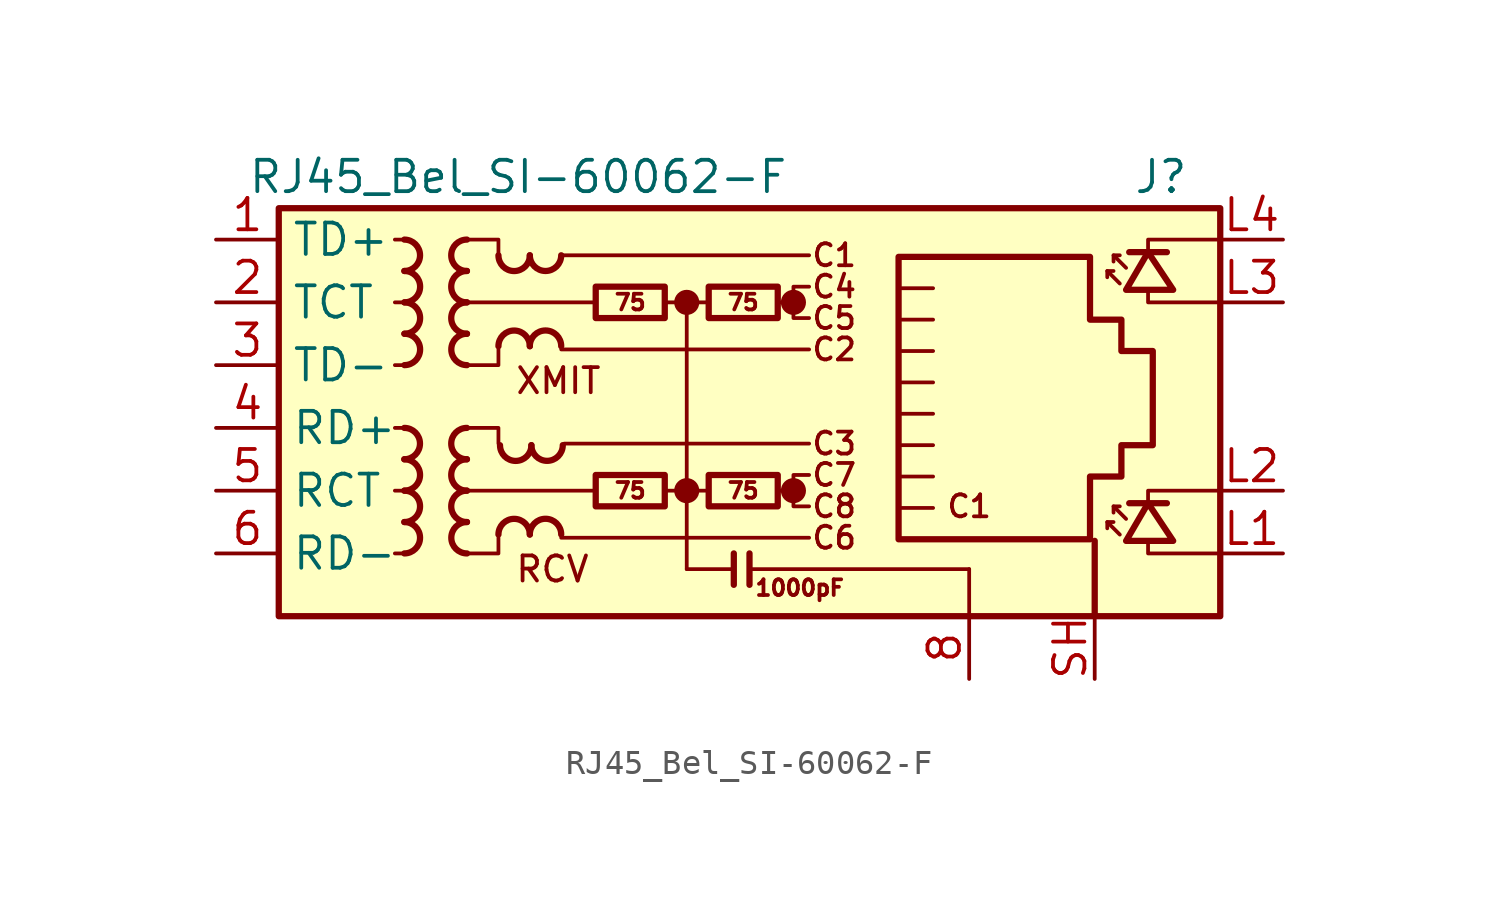
<source format=kicad_sym>
(kicad_symbol_lib
  (version 20220914)
  (generator kicad_symbol_editor)
  (symbol "RJ45_Bel_SI-60062-F"
    (property "Reference" "J"
      (at 19.05 10.16 0)
      (effects (font (size 1.27 1.27)) (justify right)))
    (property "Value" "RJ45_Bel_SI-60062-F"
      (at -19.05 10.16 0)
      (effects (font (size 1.27 1.27)) (justify left)))
    (symbol "RJ45_Bel_SI-60062-F_0_0"
      (circle (center -1.27 -2.54) (radius 0.0001) (stroke (width 0.508) (type default)) (fill (type none)))
      (circle (center -1.27 5.08) (radius 0.0001) (stroke (width 0.508) (type default)) (fill (type none)))
      (polyline (pts (xy -1.27 5.08) (xy -1.27 -5.715)) (stroke (width 0) (type default)) (fill (type none)))
      (polyline (pts (xy 0.635 -5.08) (xy 0.635 -6.35)) (stroke (width 0.254) (type default)) (fill (type none)))
      (polyline (pts (xy 1.27 -5.08) (xy 1.27 -6.35)) (stroke (width 0.254) (type default)) (fill (type none)))
      (polyline (pts (xy 3.048 -2.54) (xy 2.54 -2.54)) (stroke (width 0) (type default)) (fill (type none)))
      (polyline (pts (xy 3.048 5.08) (xy 2.54 5.08)) (stroke (width 0) (type default)) (fill (type none)))
      (polyline (pts (xy 17.399 -3.175) (xy 17.399 -2.54) (xy 20.32 -2.54)) (stroke (width 0) (type default)) (fill (type none)))
      (polyline (pts (xy 17.399 6.985) (xy 17.399 7.62) (xy 20.32 7.62)) (stroke (width 0) (type default)) (fill (type none)))
      (polyline (pts (xy 20.32 -5.08) (xy 17.399 -5.08) (xy 17.399 -4.572)) (stroke (width 0) (type default)) (fill (type none)))
      (polyline (pts (xy 20.32 5.08) (xy 17.399 5.08) (xy 17.399 5.588)) (stroke (width 0) (type default)) (fill (type none)))
      (polyline (pts (xy 3.683 -1.905) (xy 3.048 -1.905) (xy 3.048 -3.175) (xy 3.683 -3.175)) (stroke (width 0) (type default)) (fill (type none)))
      (polyline (pts (xy 3.683 5.715) (xy 3.048 5.715) (xy 3.048 4.445) (xy 3.683 4.445)) (stroke (width 0) (type default)) (fill (type none)))
      (circle (center 3.048 -2.54) (radius 0.0001) (stroke (width 0.508) (type default)) (fill (type none)))
      (circle (center 3.048 5.08) (radius 0.0001) (stroke (width 0.508) (type default)) (fill (type none)))
      (text "C1" (at 4.699 6.985 0) (effects (font (size 0.889 0.889))))
      (text "C1" (at 10.16 -3.175 0) (effects (font (size 0.889 0.889))))
      (text "C2" (at 4.699 3.175 0) (effects (font (size 0.889 0.889))))
      (text "C3" (at 4.699 -0.635 0) (effects (font (size 0.889 0.889))))
      (text "C4" (at 4.699 5.715 0) (effects (font (size 0.889 0.889))))
      (text "C5" (at 4.699 4.445 0) (effects (font (size 0.889 0.889))))
      (text "C6" (at 4.699 -4.445 0) (effects (font (size 0.889 0.889))))
      (text "C7" (at 4.699 -1.905 0) (effects (font (size 0.889 0.889))))
      (text "C8" (at 4.699 -3.175 0) (effects (font (size 0.889 0.889))))
      (text "RCV" (at -8.255 -5.715 0) (effects (font (size 1.016 1.016)) (justify left)))
      (text "XMIT" (at -8.255 1.905 0) (effects (font (size 1.016 1.016)) (justify left))))
    (symbol "RJ45_Bel_SI-60062-F_0_1"
      (rectangle (start -17.78 8.89) (end 20.32 -7.62) (stroke (width 0.254) (type default)) (fill (type background)))
      (polyline (pts (xy -12.7 -5.08) (xy -13.081 -5.08)) (stroke (width 0) (type default)) (fill (type none)))
      (polyline (pts (xy -12.7 -2.54) (xy -13.081 -2.54)) (stroke (width 0) (type default)) (fill (type none)))
      (polyline (pts (xy -12.7 0) (xy -13.081 0)) (stroke (width 0) (type default)) (fill (type none)))
      (polyline (pts (xy -12.7 2.54) (xy -13.081 2.54)) (stroke (width 0) (type default)) (fill (type none)))
      (polyline (pts (xy -12.7 5.08) (xy -13.081 5.08)) (stroke (width 0) (type default)) (fill (type none)))
      (polyline (pts (xy -12.7 7.62) (xy -13.081 7.62)) (stroke (width 0) (type default)) (fill (type none)))
      (polyline (pts (xy -6.35 -4.445) (xy 3.683 -4.445)) (stroke (width 0) (type default)) (fill (type none)))
      (polyline (pts (xy -6.35 3.175) (xy 3.683 3.175)) (stroke (width 0) (type default)) (fill (type none)))
      (polyline (pts (xy -6.35 6.985) (xy 3.683 6.985)) (stroke (width 0) (type default)) (fill (type none)))
      (polyline (pts (xy -6.223 -0.635) (xy 3.683 -0.635)) (stroke (width 0) (type default)) (fill (type none)))
      (polyline (pts (xy -5.08 -2.54) (xy -10.16 -2.54)) (stroke (width 0) (type default)) (fill (type none)))
      (polyline (pts (xy -4.953 5.08) (xy -10.16 5.08)) (stroke (width 0) (type default)) (fill (type none)))
      (polyline (pts (xy -2.159 -2.54) (xy -0.381 -2.54)) (stroke (width 0) (type default)) (fill (type none)))
      (polyline (pts (xy -2.159 5.08) (xy -0.381 5.08)) (stroke (width 0) (type default)) (fill (type none)))
      (polyline (pts (xy 0.635 -5.715) (xy -1.27 -5.715)) (stroke (width 0) (type default)) (fill (type none)))
      (polyline (pts (xy 7.429 -1.968) (xy 8.7 -1.968)) (stroke (width 0) (type default)) (fill (type none)))
      (polyline (pts (xy 7.429 -0.699) (xy 8.7 -0.699)) (stroke (width 0) (type default)) (fill (type none)))
      (polyline (pts (xy 7.429 0.572) (xy 8.7 0.572)) (stroke (width 0) (type default)) (fill (type none)))
      (polyline (pts (xy 7.429 1.841) (xy 8.7 1.841)) (stroke (width 0) (type default)) (fill (type none)))
      (polyline (pts (xy 7.429 3.111) (xy 8.7 3.111)) (stroke (width 0) (type default)) (fill (type none)))
      (polyline (pts (xy 8.7 -3.239) (xy 7.429 -3.239)) (stroke (width 0) (type default)) (fill (type none)))
      (polyline (pts (xy 8.7 4.381) (xy 7.429 4.381)) (stroke (width 0) (type default)) (fill (type none)))
      (polyline (pts (xy 8.7 5.652) (xy 7.429 5.652)) (stroke (width 0) (type default)) (fill (type none)))
      (polyline (pts (xy 10.16 -5.715) (xy 1.27 -5.715)) (stroke (width 0) (type default)) (fill (type none)))
      (polyline (pts (xy 10.16 -5.715) (xy 10.16 -7.62)) (stroke (width 0) (type default)) (fill (type none)))
      (polyline (pts (xy -10.16 0) (xy -8.89 0) (xy -8.89 -0.635)) (stroke (width 0) (type default)) (fill (type none)))
      (polyline (pts (xy -10.16 7.62) (xy -8.89 7.62) (xy -8.89 6.985)) (stroke (width 0) (type default)) (fill (type none)))
      (polyline (pts (xy -8.89 -4.445) (xy -8.89 -5.08) (xy -10.16 -5.08)) (stroke (width 0) (type default)) (fill (type none)))
      (polyline (pts (xy -8.89 3.175) (xy -8.89 2.54) (xy -10.16 2.54)) (stroke (width 0) (type default)) (fill (type none))))
    (symbol "RJ45_Bel_SI-60062-F_1_0"
      (text "1000pF" (at 3.302 -6.477 0) (effects (font (size 0.635 0.635)))))
    (symbol "RJ45_Bel_SI-60062-F_1_1"
      (arc (start -12.7 -1.27) (mid -12.0677 -0.635) (end -12.7 0) (stroke (width 0.254) (type default)) (fill (type none)))
      (arc (start -12.6973 -5.08) (mid -12.065 -4.445) (end -12.6973 -3.81) (stroke (width 0.254) (type default)) (fill (type none)))
      (arc (start -12.6973 -3.81) (mid -12.065 -3.175) (end -12.6973 -2.54) (stroke (width 0.254) (type default)) (fill (type none)))
      (arc (start -12.6973 -2.54) (mid -12.065 -1.905) (end -12.6973 -1.27) (stroke (width 0.254) (type default)) (fill (type none)))
      (arc (start -12.6973 6.35) (mid -12.065 6.985) (end -12.6973 7.62) (stroke (width 0.254) (type default)) (fill (type none)))
      (arc (start -12.6946 2.54) (mid -12.0623 3.175) (end -12.6946 3.81) (stroke (width 0.254) (type default)) (fill (type none)))
      (arc (start -12.6946 3.81) (mid -12.0623 4.445) (end -12.6946 5.08) (stroke (width 0.254) (type default)) (fill (type none)))
      (arc (start -12.6946 5.08) (mid -12.0623 5.715) (end -12.6946 6.35) (stroke (width 0.254) (type default)) (fill (type none)))
      (arc (start -10.1654 -2.54) (mid -10.7977 -3.175) (end -10.1654 -3.81) (stroke (width 0.254) (type default)) (fill (type none)))
      (arc (start -10.1654 -1.27) (mid -10.7977 -1.905) (end -10.1654 -2.54) (stroke (width 0.254) (type default)) (fill (type none)))
      (arc (start -10.1654 0) (mid -10.7977 -0.635) (end -10.1654 -1.27) (stroke (width 0.254) (type default)) (fill (type none)))
      (arc (start -10.1654 5.08) (mid -10.7977 4.445) (end -10.1654 3.81) (stroke (width 0.254) (type default)) (fill (type none)))
      (arc (start -10.1654 6.35) (mid -10.7977 5.715) (end -10.1654 5.08) (stroke (width 0.254) (type default)) (fill (type none)))
      (arc (start -10.1654 7.62) (mid -10.7977 6.985) (end -10.1654 6.35) (stroke (width 0.254) (type default)) (fill (type none)))
      (arc (start -10.1627 -3.81) (mid -10.795 -4.445) (end -10.1627 -5.08) (stroke (width 0.254) (type default)) (fill (type none)))
      (arc (start -10.1627 3.81) (mid -10.795 3.175) (end -10.1627 2.54) (stroke (width 0.254) (type default)) (fill (type none)))
      (arc (start -8.89 6.9823) (mid -8.255 6.35) (end -7.62 6.9823) (stroke (width 0.254) (type default)) (fill (type none)))
      (arc (start -8.8265 -0.7012) (mid -8.1915 -1.3335) (end -7.5565 -0.7012) (stroke (width 0.254) (type default)) (fill (type none)))
      (arc (start -7.62 -4.3153) (mid -8.255 -3.683) (end -8.89 -4.3153) (stroke (width 0.254) (type default)) (fill (type none)))
      (arc (start -7.62 3.3047) (mid -8.255 3.937) (end -8.89 3.3047) (stroke (width 0.254) (type default)) (fill (type none)))
      (arc (start -7.62 6.985) (mid -6.985 6.3527) (end -6.35 6.985) (stroke (width 0.254) (type default)) (fill (type none)))
      (arc (start -7.5565 -0.6985) (mid -6.9215 -1.3308) (end -6.2865 -0.6985) (stroke (width 0.254) (type default)) (fill (type none)))
      (arc (start -6.35 -4.3126) (mid -6.985 -3.6803) (end -7.62 -4.3126) (stroke (width 0.254) (type default)) (fill (type none)))
      (arc (start -6.35 3.3074) (mid -6.985 3.9397) (end -7.62 3.3074) (stroke (width 0.254) (type default)) (fill (type none)))
      (rectangle (start -4.953 -1.905) (end -2.159 -3.175) (stroke (width 0.254) (type default)) (fill (type none)))
      (rectangle (start -4.953 5.715) (end -2.159 4.445) (stroke (width 0.254) (type default)) (fill (type none)))
      (rectangle (start -0.381 -1.905) (end 2.413 -3.175) (stroke (width 0.254) (type default)) (fill (type none)))
      (rectangle (start -0.381 5.715) (end 2.413 4.445) (stroke (width 0.254) (type default)) (fill (type none)))
      (polyline (pts (xy 15.24 -7.62) (xy 15.24 -4.572)) (stroke (width 0.254) (type default)) (fill (type none)))
      (polyline (pts (xy 15.748 -3.81) (xy 15.748 -4.064)) (stroke (width 0) (type default)) (fill (type none)))
      (polyline (pts (xy 15.748 6.35) (xy 15.748 6.096)) (stroke (width 0) (type default)) (fill (type none)))
      (polyline (pts (xy 16.002 -3.175) (xy 16.002 -3.429)) (stroke (width 0) (type default)) (fill (type none)))
      (polyline (pts (xy 16.002 6.985) (xy 16.002 6.731)) (stroke (width 0) (type default)) (fill (type none)))
      (polyline (pts (xy 16.637 -3.048) (xy 18.161 -3.048)) (stroke (width 0.254) (type default)) (fill (type none)))
      (polyline (pts (xy 16.637 7.112) (xy 18.161 7.112)) (stroke (width 0.254) (type default)) (fill (type none)))
      (polyline (pts (xy 16.256 -4.318) (xy 15.748 -3.81) (xy 16.002 -3.81)) (stroke (width 0) (type default)) (fill (type none)))
      (polyline (pts (xy 16.256 5.842) (xy 15.748 6.35) (xy 16.002 6.35)) (stroke (width 0) (type default)) (fill (type none)))
      (polyline (pts (xy 16.51 -3.683) (xy 16.002 -3.175) (xy 16.256 -3.175)) (stroke (width 0) (type default)) (fill (type none)))
      (polyline (pts (xy 16.51 6.477) (xy 16.002 6.985) (xy 16.256 6.985)) (stroke (width 0) (type default)) (fill (type none)))
      (polyline (pts (xy 16.51 -4.572) (xy 18.415 -4.572) (xy 17.399 -3.048) (xy 16.51 -4.572)) (stroke (width 0.254) (type default)) (fill (type none)))
      (polyline (pts (xy 16.51 5.588) (xy 18.415 5.588) (xy 17.399 7.112) (xy 16.51 5.588)) (stroke (width 0.254) (type default)) (fill (type none)))
      (polyline (pts (xy 7.303 -4.508) (xy 7.303 6.921) (xy 15.05 6.921) (xy 15.05 4.381) (xy 16.32 4.381) (xy 16.32 3.111) (xy 17.59 3.111) (xy 17.59 -0.699) (xy 16.32 -0.699) (xy 16.32 -1.968) (xy 15.05 -1.968) (xy 15.05 -4.508) (xy 7.303 -4.508)) (stroke (width 0.254) (type default)) (fill (type none)))
      (text "75" (at -3.556 -2.54 0) (effects (font (size 0.635 0.635))))
      (text "75" (at -3.556 5.08 0) (effects (font (size 0.635 0.635))))
      (text "75" (at 1.016 -2.54 0) (effects (font (size 0.635 0.635))))
      (text "75" (at 1.016 5.08 0) (effects (font (size 0.635 0.635))))
      (pin passive line (at -20.32 7.62 0) (length 2.54) (name "TD+" (effects (font (size 1.27 1.27)))) (number "1" (effects (font (size 1.27 1.27)))))
      (pin passive line (at -20.32 5.08 0) (length 2.54) (name "TCT" (effects (font (size 1.27 1.27)))) (number "2" (effects (font (size 1.27 1.27)))))
      (pin passive line (at -20.32 2.54 0) (length 2.54) (name "TD-" (effects (font (size 1.27 1.27)))) (number "3" (effects (font (size 1.27 1.27)))))
      (pin passive line (at -20.32 0 0) (length 2.54) (name "RD+" (effects (font (size 1.27 1.27)))) (number "4" (effects (font (size 1.27 1.27)))))
      (pin passive line (at -20.32 -2.54 0) (length 2.54) (name "RCT" (effects (font (size 1.27 1.27)))) (number "5" (effects (font (size 1.27 1.27)))))
      (pin passive line (at -20.32 -5.08 0) (length 2.54) (name "RD-" (effects (font (size 1.27 1.27)))) (number "6" (effects (font (size 1.27 1.27)))))
      (pin power_in line (at 10.16 -10.16 90) (length 2.54) (name "" (effects (font (size 1.27 1.27)))) (number "8" (effects (font (size 1.27 1.27)))))
      (pin passive line (at 22.86 -5.08 180) (length 2.54) (name "" (effects (font (size 1.27 1.27)))) (number "L1" (effects (font (size 1.27 1.27)))))
      (pin passive line (at 22.86 -2.54 180) (length 2.54) (name "" (effects (font (size 1.27 1.27)))) (number "L2" (effects (font (size 1.27 1.27)))))
      (pin passive line (at 22.86 5.08 180) (length 2.54) (name "" (effects (font (size 1.27 1.27)))) (number "L3" (effects (font (size 1.27 1.27)))))
      (pin passive line (at 22.86 7.62 180) (length 2.54) (name "" (effects (font (size 1.27 1.27)))) (number "L4" (effects (font (size 1.27 1.27)))))
      (pin no_connect line (at 20.32 0 0) (length 0) hide (name "NC" (effects (font (size 1.27 1.27)))) (number "R7" (effects (font (size 1.27 1.27)))))
      (pin passive line (at 15.24 -10.16 90) (length 2.54) (name "" (effects (font (size 1.27 1.27)))) (number "SH" (effects (font (size 1.27 1.27))))))))
</source>
